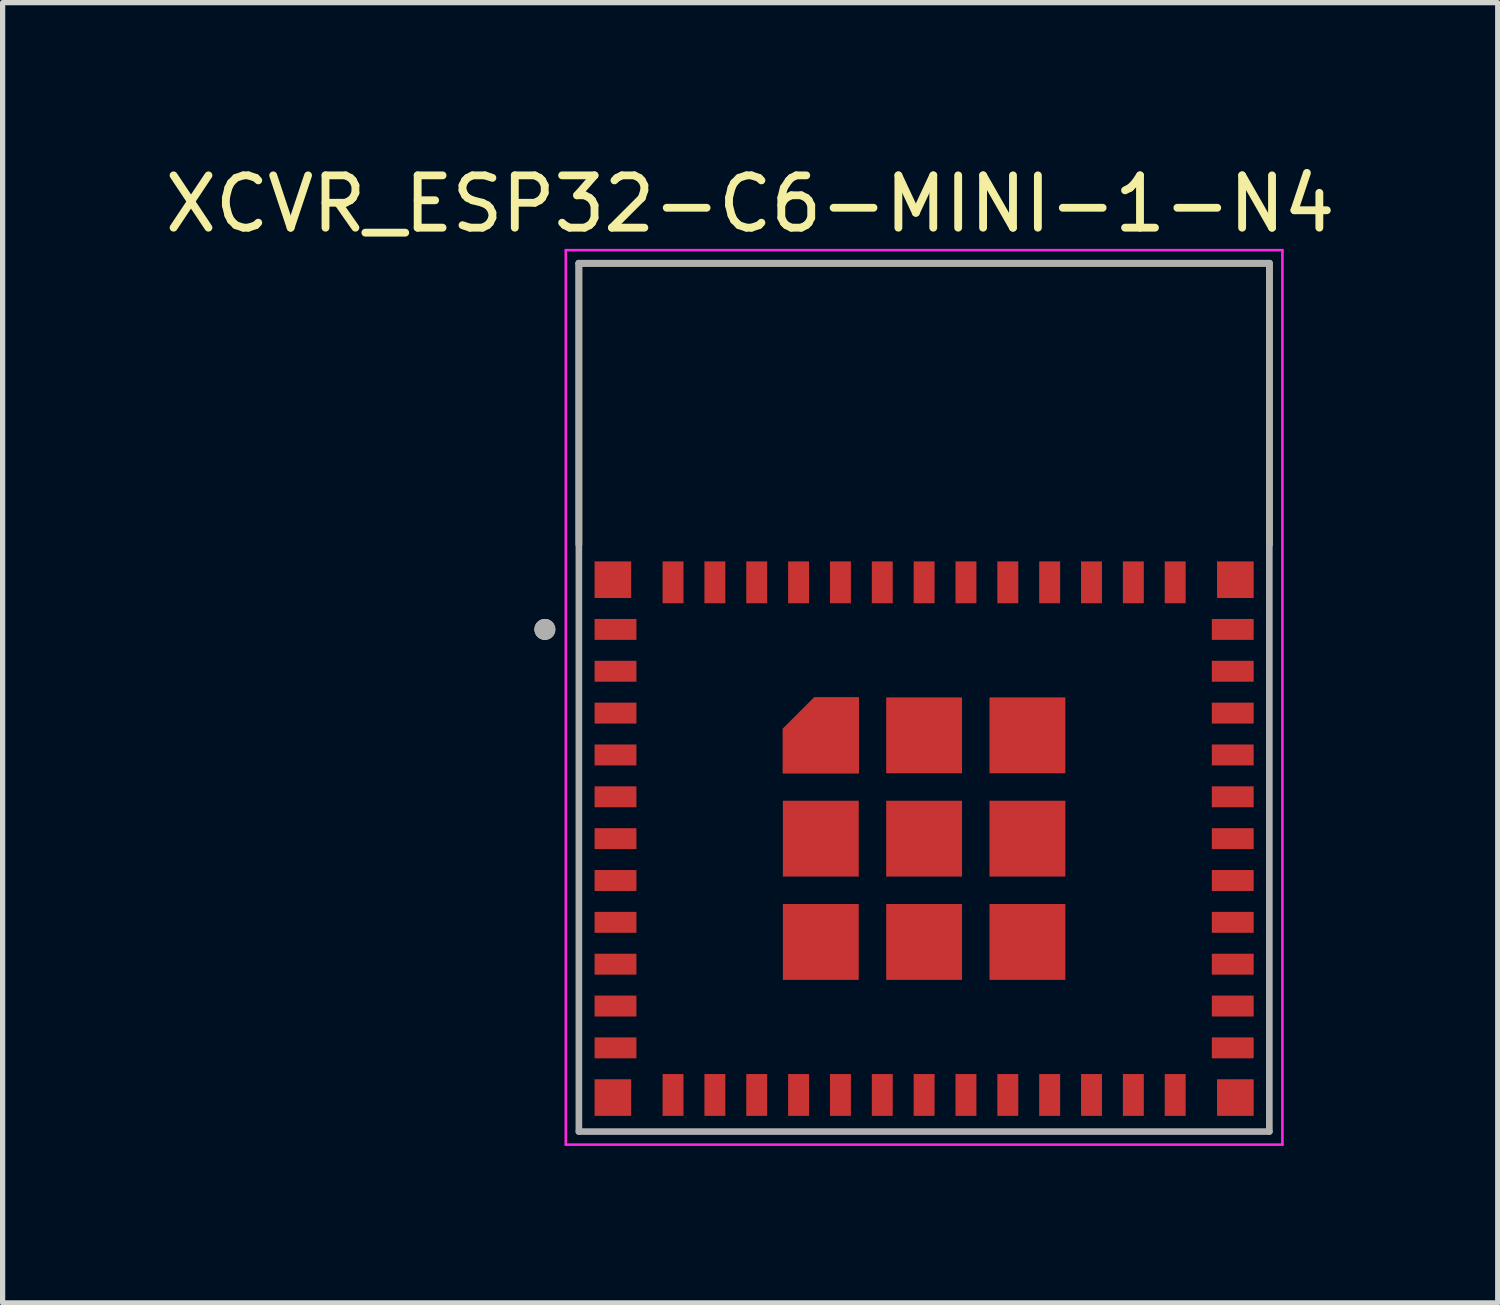
<source format=kicad_pcb>
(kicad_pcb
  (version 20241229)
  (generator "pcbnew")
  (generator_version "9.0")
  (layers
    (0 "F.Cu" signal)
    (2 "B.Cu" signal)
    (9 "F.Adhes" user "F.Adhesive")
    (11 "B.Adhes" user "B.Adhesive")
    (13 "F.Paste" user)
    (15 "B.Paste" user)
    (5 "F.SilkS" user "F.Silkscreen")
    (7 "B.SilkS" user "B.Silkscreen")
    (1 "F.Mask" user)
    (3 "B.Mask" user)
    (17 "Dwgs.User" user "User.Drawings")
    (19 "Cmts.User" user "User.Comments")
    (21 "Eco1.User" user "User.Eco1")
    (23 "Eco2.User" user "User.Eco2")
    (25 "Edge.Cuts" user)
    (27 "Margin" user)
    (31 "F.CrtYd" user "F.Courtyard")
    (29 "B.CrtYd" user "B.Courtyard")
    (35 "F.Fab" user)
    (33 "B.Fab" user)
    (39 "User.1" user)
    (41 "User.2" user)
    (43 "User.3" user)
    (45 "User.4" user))
  (footprint "XCVR_ESP32-C6-MINI-1-N4"
    (layer "F.Cu")
    (at 14.617 12.983)
    (property "Reference" "XCVR_ESP32-C6-MINI-1-N4" (at -3.325 -12.135 0) (layer "F.SilkS") (effects (font (size 1 1) (thickness 0.15))))
    (attr smd)
    (fp_poly (pts (xy -2.8 -1.15) (xy -1.15 -1.15) (xy -1.15 -2.8) (xy -2.15 -2.8) (xy -2.8 -2.15)) (stroke (width 0.01) (type solid)) (fill yes) (layer "F.Mask"))
    (fp_line (start -6.6 -11) (end 6.6 -11) (stroke (width 0.127) (type solid)) (layer "F.SilkS"))
    (fp_line (start -6.6 -5.62) (end -6.6 -11) (stroke (width 0.127) (type solid)) (layer "F.SilkS"))
    (fp_line (start 6.6 -11) (end 6.6 -5.62) (stroke (width 0.127) (type solid)) (layer "F.SilkS"))
    (fp_circle (center -7.25 -4) (end -7.15 -4) (stroke (width 0.2) (type solid)) (fill no) (layer "F.SilkS"))
    (fp_poly (pts (xy -2.7 -1.25) (xy -1.25 -1.25) (xy -1.25 -2.7) (xy -2.1 -2.7) (xy -2.7 -2.1)) (stroke (width 0.01) (type solid)) (fill yes) (layer "F.Paste"))
    (fp_line (start -6.85 -11.25) (end -6.85 5.85) (stroke (width 0.05) (type solid)) (layer "F.CrtYd"))
    (fp_line (start -6.85 5.85) (end 6.85 5.85) (stroke (width 0.05) (type solid)) (layer "F.CrtYd"))
    (fp_line (start 6.85 -11.25) (end -6.85 -11.25) (stroke (width 0.05) (type solid)) (layer "F.CrtYd"))
    (fp_line (start 6.85 5.85) (end 6.85 -11.25) (stroke (width 0.05) (type solid)) (layer "F.CrtYd"))
    (fp_line (start -6.6 -11) (end 6.6 -11) (stroke (width 0.127) (type solid)) (layer "F.Fab"))
    (fp_line (start -6.6 5.6) (end -6.6 -11) (stroke (width 0.127) (type solid)) (layer "F.Fab"))
    (fp_line (start 6.6 -11) (end 6.6 5.6) (stroke (width 0.127) (type solid)) (layer "F.Fab"))
    (fp_line (start 6.6 5.6) (end -6.6 5.6) (stroke (width 0.127) (type solid)) (layer "F.Fab"))
    (fp_circle (center -7.25 -4) (end -7.15 -4) (stroke (width 0.2) (type solid)) (fill no) (layer "F.Fab"))
    (pad "1" smd rect (at -5.9 -4) (size 0.8 0.4) (layers "F.Cu" "F.Mask" "F.Paste"))
    (pad "2" smd rect (at -5.9 -3.2) (size 0.8 0.4) (layers "F.Cu" "F.Mask" "F.Paste"))
    (pad "3" smd rect (at -5.9 -2.4) (size 0.8 0.4) (layers "F.Cu" "F.Mask" "F.Paste"))
    (pad "4" smd rect (at -5.9 -1.6) (size 0.8 0.4) (layers "F.Cu" "F.Mask" "F.Paste"))
    (pad "5" smd rect (at -5.9 -0.8) (size 0.8 0.4) (layers "F.Cu" "F.Mask" "F.Paste"))
    (pad "6" smd rect (at -5.9 0) (size 0.8 0.4) (layers "F.Cu" "F.Mask" "F.Paste"))
    (pad "7" smd rect (at -5.9 0.8) (size 0.8 0.4) (layers "F.Cu" "F.Mask" "F.Paste"))
    (pad "8" smd rect (at -5.9 1.6) (size 0.8 0.4) (layers "F.Cu" "F.Mask" "F.Paste"))
    (pad "9" smd rect (at -5.9 2.4) (size 0.8 0.4) (layers "F.Cu" "F.Mask" "F.Paste"))
    (pad "10" smd rect (at -5.9 3.2) (size 0.8 0.4) (layers "F.Cu" "F.Mask" "F.Paste"))
    (pad "11" smd rect (at -5.9 4) (size 0.8 0.4) (layers "F.Cu" "F.Mask" "F.Paste"))
    (pad "12" smd rect (at -4.8 4.9) (size 0.4 0.8) (layers "F.Cu" "F.Mask" "F.Paste"))
    (pad "13" smd rect (at -4 4.9) (size 0.4 0.8) (layers "F.Cu" "F.Mask" "F.Paste"))
    (pad "14" smd rect (at -3.2 4.9) (size 0.4 0.8) (layers "F.Cu" "F.Mask" "F.Paste"))
    (pad "15" smd rect (at -2.4 4.9) (size 0.4 0.8) (layers "F.Cu" "F.Mask" "F.Paste"))
    (pad "16" smd rect (at -1.6 4.9) (size 0.4 0.8) (layers "F.Cu" "F.Mask" "F.Paste"))
    (pad "17" smd rect (at -0.8 4.9) (size 0.4 0.8) (layers "F.Cu" "F.Mask" "F.Paste"))
    (pad "18" smd rect (at 0 4.9) (size 0.4 0.8) (layers "F.Cu" "F.Mask" "F.Paste"))
    (pad "19" smd rect (at 0.8 4.9) (size 0.4 0.8) (layers "F.Cu" "F.Mask" "F.Paste"))
    (pad "20" smd rect (at 1.6 4.9) (size 0.4 0.8) (layers "F.Cu" "F.Mask" "F.Paste"))
    (pad "21" smd rect (at 2.4 4.9) (size 0.4 0.8) (layers "F.Cu" "F.Mask" "F.Paste"))
    (pad "22" smd rect (at 3.2 4.9) (size 0.4 0.8) (layers "F.Cu" "F.Mask" "F.Paste"))
    (pad "23" smd rect (at 4 4.9) (size 0.4 0.8) (layers "F.Cu" "F.Mask" "F.Paste"))
    (pad "24" smd rect (at 4.8 4.9) (size 0.4 0.8) (layers "F.Cu" "F.Mask" "F.Paste"))
    (pad "25" smd rect (at 5.9 4) (size 0.8 0.4) (layers "F.Cu" "F.Mask" "F.Paste"))
    (pad "26" smd rect (at 5.9 3.2) (size 0.8 0.4) (layers "F.Cu" "F.Mask" "F.Paste"))
    (pad "27" smd rect (at 5.9 2.4) (size 0.8 0.4) (layers "F.Cu" "F.Mask" "F.Paste"))
    (pad "28" smd rect (at 5.9 1.6) (size 0.8 0.4) (layers "F.Cu" "F.Mask" "F.Paste"))
    (pad "29" smd rect (at 5.9 0.8) (size 0.8 0.4) (layers "F.Cu" "F.Mask" "F.Paste"))
    (pad "30" smd rect (at 5.9 0) (size 0.8 0.4) (layers "F.Cu" "F.Mask" "F.Paste"))
    (pad "31" smd rect (at 5.9 -0.8) (size 0.8 0.4) (layers "F.Cu" "F.Mask" "F.Paste"))
    (pad "32" smd rect (at 5.9 -1.6) (size 0.8 0.4) (layers "F.Cu" "F.Mask" "F.Paste"))
    (pad "33" smd rect (at 5.9 -2.4) (size 0.8 0.4) (layers "F.Cu" "F.Mask" "F.Paste"))
    (pad "34" smd rect (at 5.9 -3.2) (size 0.8 0.4) (layers "F.Cu" "F.Mask" "F.Paste"))
    (pad "35" smd rect (at 5.9 -4) (size 0.8 0.4) (layers "F.Cu" "F.Mask" "F.Paste"))
    (pad "36" smd rect (at 4.8 -4.9) (size 0.4 0.8) (layers "F.Cu" "F.Mask" "F.Paste"))
    (pad "37" smd rect (at 4 -4.9) (size 0.4 0.8) (layers "F.Cu" "F.Mask" "F.Paste"))
    (pad "38" smd rect (at 3.2 -4.9) (size 0.4 0.8) (layers "F.Cu" "F.Mask" "F.Paste"))
    (pad "39" smd rect (at 2.4 -4.9) (size 0.4 0.8) (layers "F.Cu" "F.Mask" "F.Paste"))
    (pad "40" smd rect (at 1.6 -4.9) (size 0.4 0.8) (layers "F.Cu" "F.Mask" "F.Paste"))
    (pad "41" smd rect (at 0.8 -4.9) (size 0.4 0.8) (layers "F.Cu" "F.Mask" "F.Paste"))
    (pad "42" smd rect (at 0 -4.9) (size 0.4 0.8) (layers "F.Cu" "F.Mask" "F.Paste"))
    (pad "43" smd rect (at -0.8 -4.9) (size 0.4 0.8) (layers "F.Cu" "F.Mask" "F.Paste"))
    (pad "44" smd rect (at -1.6 -4.9) (size 0.4 0.8) (layers "F.Cu" "F.Mask" "F.Paste"))
    (pad "45" smd rect (at -2.4 -4.9) (size 0.4 0.8) (layers "F.Cu" "F.Mask" "F.Paste"))
    (pad "46" smd rect (at -3.2 -4.9) (size 0.4 0.8) (layers "F.Cu" "F.Mask" "F.Paste"))
    (pad "47" smd rect (at -4 -4.9) (size 0.4 0.8) (layers "F.Cu" "F.Mask" "F.Paste"))
    (pad "48" smd rect (at -4.8 -4.9) (size 0.4 0.8) (layers "F.Cu" "F.Mask" "F.Paste"))
    (pad "49_1" smd custom (at -1.975 -1.975) (size 0.4 0.4) (layers "F.Cu") (options (anchor rect)) (primitives (gr_poly (pts (xy -0.725 0.725) (xy 0.725 0.725) (xy 0.725 -0.725) (xy -0.125 -0.725) (xy -0.725 -0.125)) (width 0.01) (fill yes))))
    (pad "49_2" smd rect (at 0 -1.975) (size 1.45 1.45) (layers "F.Cu" "F.Mask" "F.Paste"))
    (pad "49_3" smd rect (at 1.975 -1.975) (size 1.45 1.45) (layers "F.Cu" "F.Mask" "F.Paste"))
    (pad "49_4" smd rect (at -1.975 0) (size 1.45 1.45) (layers "F.Cu" "F.Mask" "F.Paste"))
    (pad "49_5" smd rect (at 0 0) (size 1.45 1.45) (layers "F.Cu" "F.Mask" "F.Paste"))
    (pad "49_6" smd rect (at 1.975 0) (size 1.45 1.45) (layers "F.Cu" "F.Mask" "F.Paste"))
    (pad "49_7" smd rect (at -1.975 1.975) (size 1.45 1.45) (layers "F.Cu" "F.Mask" "F.Paste"))
    (pad "49_8" smd rect (at 0 1.975) (size 1.45 1.45) (layers "F.Cu" "F.Mask" "F.Paste"))
    (pad "49_9" smd rect (at 1.975 1.975) (size 1.45 1.45) (layers "F.Cu" "F.Mask" "F.Paste"))
    (pad "50" smd rect (at 5.95 -4.95) (size 0.7 0.7) (layers "F.Cu" "F.Mask" "F.Paste"))
    (pad "51" smd rect (at 5.95 4.95) (size 0.7 0.7) (layers "F.Cu" "F.Mask" "F.Paste"))
    (pad "52" smd rect (at -5.95 4.95) (size 0.7 0.7) (layers "F.Cu" "F.Mask" "F.Paste"))
    (pad "53" smd rect (at -5.95 -4.95) (size 0.7 0.7) (layers "F.Cu" "F.Mask" "F.Paste"))
    (zone (net_name "") (layer "F.Cu") (hatch full 0.508) (connect_pads) (min_thickness 0.01) (filled_areas_thickness no) (keepout (tracks not_allowed) (vias not_allowed) (pads not_allowed) (copperpour not_allowed) (footprints allowed)) (placement (enabled no)) (fill) (polygon (pts (xy 8.017 1.983) (xy 21.217 1.983) (xy 21.217 7.383) (xy 8.017 7.383))))
    (zone (net_name "") (layers "F.Cu" "B.Cu") (hatch full 0.508) (connect_pads) (min_thickness 0.01) (filled_areas_thickness no) (keepout (tracks allowed) (vias not_allowed) (pads allowed) (copperpour allowed) (footprints allowed)) (placement (enabled no)) (fill) (polygon (pts (xy 8.017 1.983) (xy 21.217 1.983) (xy 21.217 7.383) (xy 8.017 7.383)))))
  (gr_rect
    (start -3 -3)
    (end 25.583 21.858)
    (stroke (width 0.1) (type default))
    (fill no)
    (layer "Edge.Cuts")))
</source>
